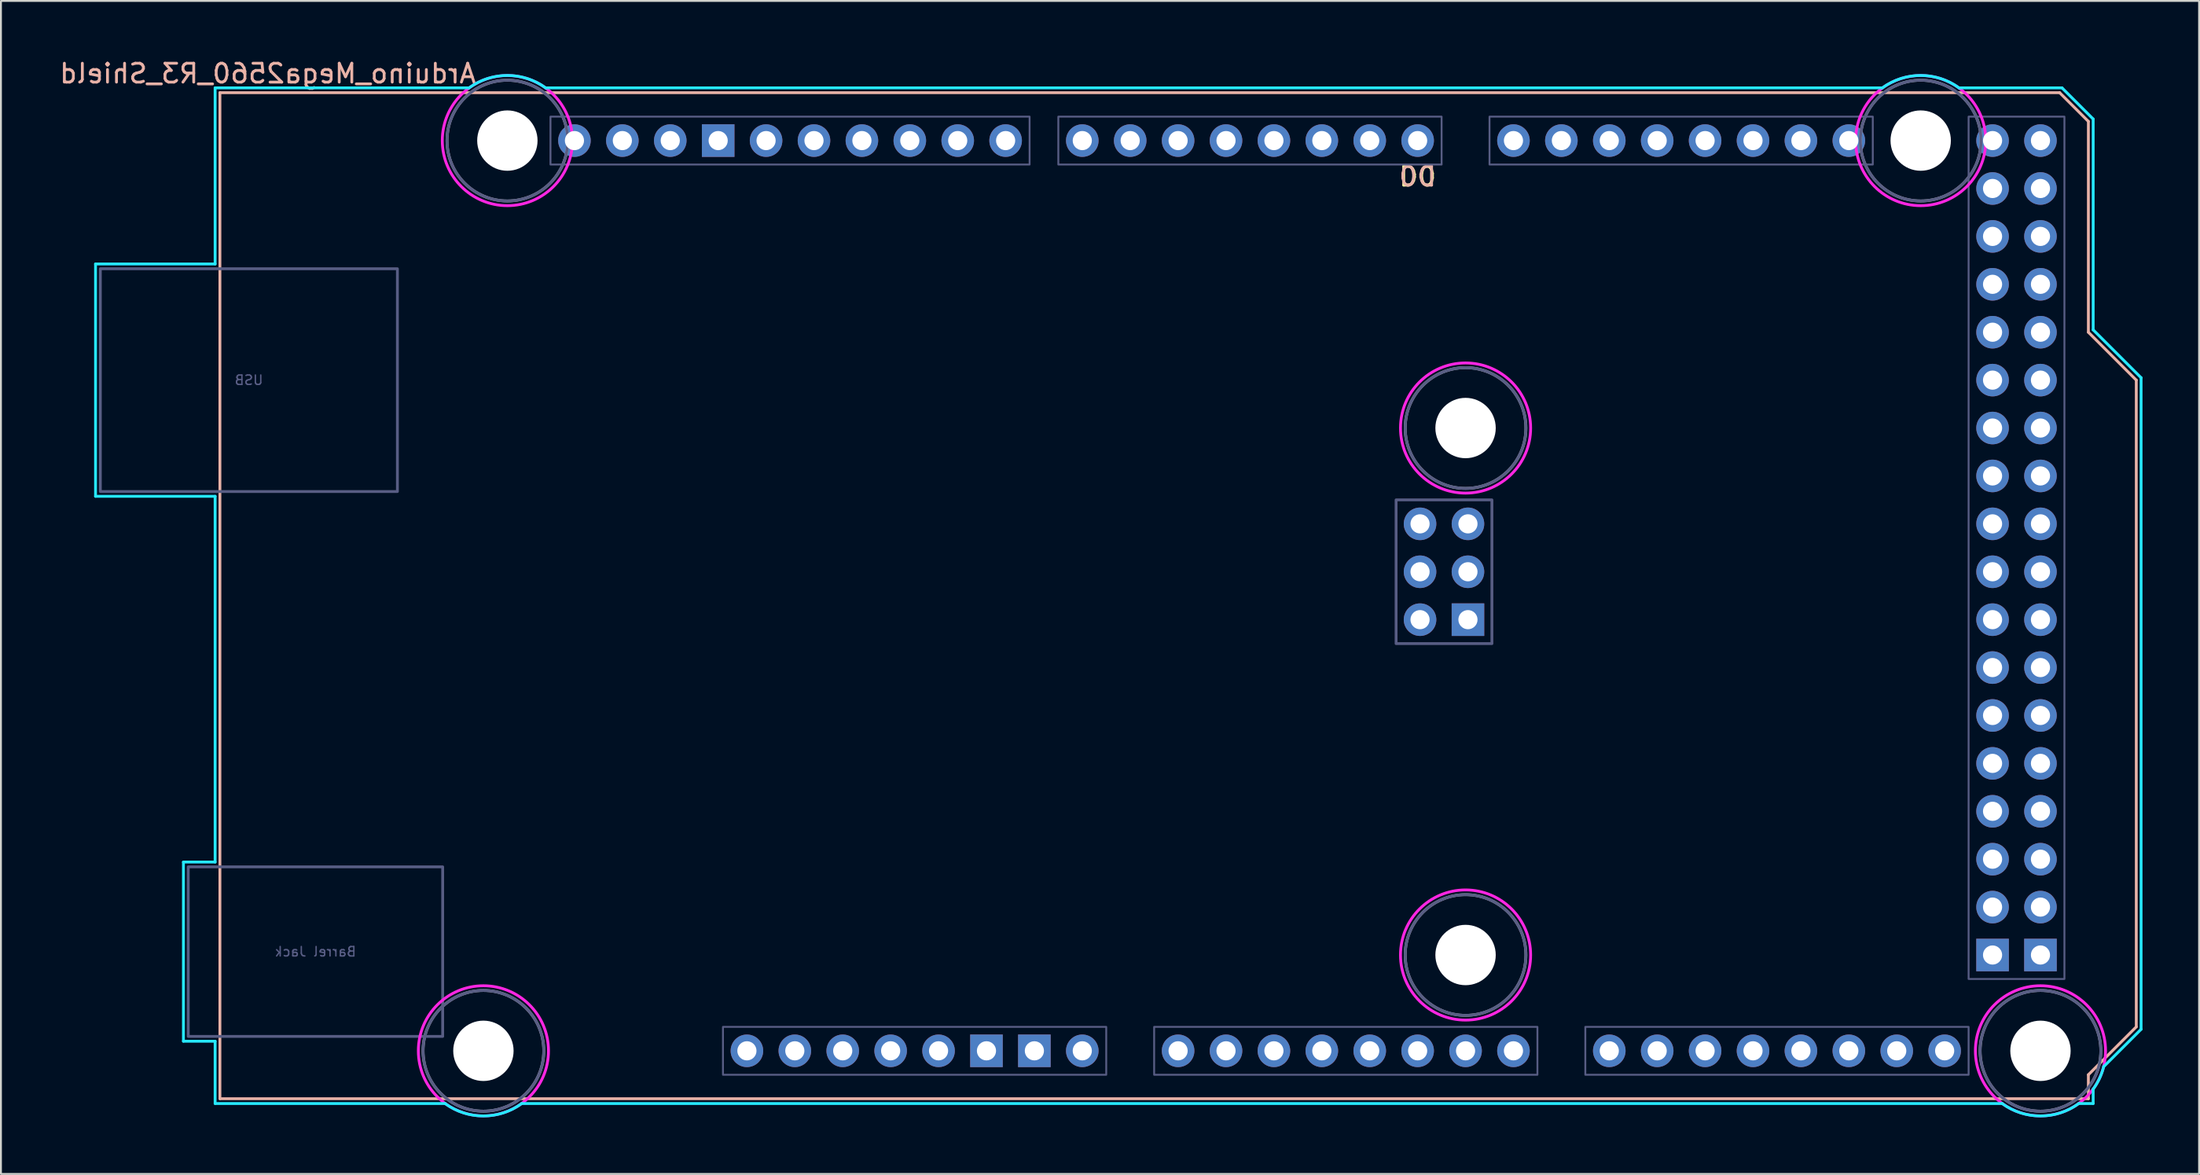
<source format=kicad_pcb>
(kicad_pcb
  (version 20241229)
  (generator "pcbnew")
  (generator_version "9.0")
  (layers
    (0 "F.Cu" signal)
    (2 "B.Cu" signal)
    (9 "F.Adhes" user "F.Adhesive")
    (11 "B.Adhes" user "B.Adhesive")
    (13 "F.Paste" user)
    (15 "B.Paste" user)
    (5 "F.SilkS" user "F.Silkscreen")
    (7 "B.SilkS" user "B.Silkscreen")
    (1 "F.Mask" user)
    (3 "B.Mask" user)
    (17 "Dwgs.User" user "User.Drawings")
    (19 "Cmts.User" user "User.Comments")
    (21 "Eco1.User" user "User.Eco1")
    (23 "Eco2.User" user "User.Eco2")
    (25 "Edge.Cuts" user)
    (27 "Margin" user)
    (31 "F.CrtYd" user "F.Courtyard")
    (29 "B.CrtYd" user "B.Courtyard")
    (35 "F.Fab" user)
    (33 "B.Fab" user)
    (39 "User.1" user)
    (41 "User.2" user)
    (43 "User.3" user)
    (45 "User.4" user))
  (footprint "Arduino_Mega2560_R3_Shield"
    (layer "F.Cu")
    (at 8.609 55.204)
    (property "Reference" "Arduino_Mega2560_R3_Shield" (at 2.54 -54.356 0) (layer "B.SilkS") (effects (font (size 1 1) (thickness 0.15)) (justify mirror)))
    (attr through_hole)
    (fp_line (start 0 -53.34) (end 0 0) (stroke (width 0.15) (type solid)) (layer "B.SilkS"))
    (fp_line (start 0 -53.34) (end 97.536 -53.34) (stroke (width 0.15) (type solid)) (layer "B.SilkS"))
    (fp_line (start 0 0) (end 99.06 0) (stroke (width 0.15) (type solid)) (layer "B.SilkS"))
    (fp_line (start 97.536 -53.34) (end 99.06 -51.816) (stroke (width 0.15) (type solid)) (layer "B.SilkS"))
    (fp_line (start 99.06 -40.64) (end 99.06 -51.816) (stroke (width 0.15) (type solid)) (layer "B.SilkS"))
    (fp_line (start 99.06 -1.27) (end 101.6 -3.81) (stroke (width 0.15) (type solid)) (layer "B.SilkS"))
    (fp_line (start 99.06 0) (end 99.06 -1.27) (stroke (width 0.15) (type solid)) (layer "B.SilkS"))
    (fp_line (start 101.6 -38.1) (end 99.06 -40.64) (stroke (width 0.15) (type solid)) (layer "B.SilkS"))
    (fp_line (start 101.6 -3.81) (end 101.6 -38.1) (stroke (width 0.15) (type solid)) (layer "B.SilkS"))
    (fp_line (start -6.594 -44.258) (end -0.254 -44.258) (stroke (width 0.15) (type solid)) (layer "B.CrtYd"))
    (fp_line (start -6.594 -31.94) (end -6.594 -44.258) (stroke (width 0.15) (type solid)) (layer "B.CrtYd"))
    (fp_line (start -1.934 -12.548) (end -1.934 -3.049) (stroke (width 0.15) (type solid)) (layer "B.CrtYd"))
    (fp_line (start -1.934 -12.548) (end -0.254 -12.548) (stroke (width 0.15) (type solid)) (layer "B.CrtYd"))
    (fp_line (start -1.934 -3.049) (end -0.254 -3.049) (stroke (width 0.15) (type solid)) (layer "B.CrtYd"))
    (fp_line (start -0.254 -53.594) (end -0.254 -44.258) (stroke (width 0.15) (type solid)) (layer "B.CrtYd"))
    (fp_line (start -0.254 -31.94) (end -6.594 -31.94) (stroke (width 0.15) (type solid)) (layer "B.CrtYd"))
    (fp_line (start -0.254 -31.94) (end -0.254 -12.548) (stroke (width 0.15) (type solid)) (layer "B.CrtYd"))
    (fp_line (start -0.254 -3.049) (end -0.254 0.254) (stroke (width 0.15) (type solid)) (layer "B.CrtYd"))
    (fp_line (start 11.938 0.254) (end -0.254 0.254) (stroke (width 0.15) (type solid)) (layer "B.CrtYd"))
    (fp_line (start 13.208 -53.594) (end -0.254 -53.594) (stroke (width 0.15) (type solid)) (layer "B.CrtYd"))
    (fp_line (start 16.002 0.254) (end 94.488 0.254) (stroke (width 0.15) (type solid)) (layer "B.CrtYd"))
    (fp_line (start 17.272 -53.594) (end 88.138 -53.594) (stroke (width 0.15) (type solid)) (layer "B.CrtYd"))
    (fp_line (start 97.663 -53.594) (end 92.202 -53.594) (stroke (width 0.15) (type solid)) (layer "B.CrtYd"))
    (fp_line (start 97.663 -53.594) (end 99.314 -51.943) (stroke (width 0.15) (type solid)) (layer "B.CrtYd"))
    (fp_line (start 99.314 -40.767) (end 99.314 -51.943) (stroke (width 0.15) (type solid)) (layer "B.CrtYd"))
    (fp_line (start 99.314 0.254) (end 98.552 0.254) (stroke (width 0.15) (type solid)) (layer "B.CrtYd"))
    (fp_line (start 99.314 0.254) (end 99.314 -0.508) (stroke (width 0.15) (type solid)) (layer "B.CrtYd"))
    (fp_line (start 99.873 -1.702) (end 101.854 -3.683) (stroke (width 0.15) (type solid)) (layer "B.CrtYd"))
    (fp_line (start 101.854 -38.227) (end 99.314 -40.767) (stroke (width 0.15) (type solid)) (layer "B.CrtYd"))
    (fp_line (start 101.854 -3.683) (end 101.854 -38.227) (stroke (width 0.15) (type solid)) (layer "B.CrtYd"))
    (fp_arc (start 13.208 -53.594) (mid 15.24 -54.254237) (end 17.272 -53.594) (stroke (width 0.15) (type solid)) (layer "B.CrtYd"))
    (fp_arc (start 16.002 0.254) (mid 13.97 0.914237) (end 11.938 0.254) (stroke (width 0.15) (type solid)) (layer "B.CrtYd"))
    (fp_arc (start 88.138 -53.594) (mid 90.17 -54.254237) (end 92.202 -53.594) (stroke (width 0.15) (type solid)) (layer "B.CrtYd"))
    (fp_arc (start 98.552 0.254) (mid 96.52 0.914237) (end 94.488 0.254) (stroke (width 0.15) (type solid)) (layer "B.CrtYd"))
    (fp_arc (start 99.8728 -1.7018) (mid 99.650925 -1.077973) (end 99.314 -0.508) (stroke (width 0.15) (type solid)) (layer "B.CrtYd"))
    (fp_circle (center 13.97 -2.54) (end 17.42 -2.54) (stroke (width 0.15) (type solid)) (fill no) (layer "F.CrtYd"))
    (fp_circle (center 15.24 -50.8) (end 18.69 -50.8) (stroke (width 0.15) (type solid)) (fill no) (layer "F.CrtYd"))
    (fp_circle (center 66.04 -35.56) (end 69.49 -35.56) (stroke (width 0.15) (type solid)) (fill no) (layer "F.CrtYd"))
    (fp_circle (center 66.04 -7.62) (end 69.49 -7.62) (stroke (width 0.15) (type solid)) (fill no) (layer "F.CrtYd"))
    (fp_circle (center 90.17 -50.8) (end 93.62 -50.8) (stroke (width 0.15) (type solid)) (fill no) (layer "F.CrtYd"))
    (fp_circle (center 96.52 -2.54) (end 99.97 -2.54) (stroke (width 0.15) (type solid)) (fill no) (layer "F.CrtYd"))
    (fp_rect (start -6.34 -44.004) (end 9.41 -32.194) (stroke (width 0.15) (type solid)) (fill no) (layer "B.Fab"))
    (fp_rect (start -1.68 -12.294) (end 11.81 -3.303) (stroke (width 0.15) (type solid)) (fill no) (layer "B.Fab"))
    (fp_rect (start 17.526 -52.07) (end 42.926 -49.53) (stroke (width 0.1) (type solid)) (fill no) (layer "B.Fab"))
    (fp_rect (start 26.67 -3.81) (end 46.99 -1.27) (stroke (width 0.1) (type solid)) (fill no) (layer "B.Fab"))
    (fp_rect (start 44.45 -52.07) (end 64.77 -49.53) (stroke (width 0.1) (type solid)) (fill no) (layer "B.Fab"))
    (fp_rect (start 49.53 -3.81) (end 69.85 -1.27) (stroke (width 0.1) (type solid)) (fill no) (layer "B.Fab"))
    (fp_rect (start 62.357 -31.75) (end 67.437 -24.13) (stroke (width 0.15) (type solid)) (fill no) (layer "B.Fab"))
    (fp_rect (start 67.31 -52.07) (end 87.63 -49.53) (stroke (width 0.1) (type solid)) (fill no) (layer "B.Fab"))
    (fp_rect (start 72.39 -3.81) (end 92.71 -1.27) (stroke (width 0.1) (type solid)) (fill no) (layer "B.Fab"))
    (fp_rect (start 92.71 -52.07) (end 97.79 -6.35) (stroke (width 0.1) (type solid)) (fill no) (layer "B.Fab"))
    (fp_circle (center 13.97 -2.54) (end 17.17 -2.54) (stroke (width 0.15) (type solid)) (fill no) (layer "B.Fab"))
    (fp_circle (center 15.24 -50.8) (end 18.44 -50.8) (stroke (width 0.15) (type solid)) (fill no) (layer "B.Fab"))
    (fp_circle (center 66.04 -35.56) (end 69.24 -35.56) (stroke (width 0.15) (type solid)) (fill no) (layer "B.Fab"))
    (fp_circle (center 66.04 -7.62) (end 69.24 -7.62) (stroke (width 0.15) (type solid)) (fill no) (layer "B.Fab"))
    (fp_circle (center 90.17 -50.8) (end 93.37 -50.8) (stroke (width 0.15) (type solid)) (fill no) (layer "B.Fab"))
    (fp_circle (center 96.52 -2.54) (end 99.72 -2.54) (stroke (width 0.15) (type solid)) (fill no) (layer "B.Fab"))
    (fp_circle (center 13.97 -2.54) (end 17.17 -2.54) (stroke (width 0.15) (type solid)) (fill no) (layer "F.Fab"))
    (fp_circle (center 15.24 -50.8) (end 18.44 -50.8) (stroke (width 0.15) (type solid)) (fill no) (layer "F.Fab"))
    (fp_circle (center 66.04 -35.56) (end 69.24 -35.56) (stroke (width 0.15) (type solid)) (fill no) (layer "F.Fab"))
    (fp_circle (center 66.04 -7.62) (end 69.24 -7.62) (stroke (width 0.15) (type solid)) (fill no) (layer "F.Fab"))
    (fp_circle (center 90.17 -50.8) (end 93.37 -50.8) (stroke (width 0.15) (type solid)) (fill no) (layer "F.Fab"))
    (fp_circle (center 96.52 -2.54) (end 99.72 -2.54) (stroke (width 0.15) (type solid)) (fill no) (layer "F.Fab"))
    (fp_text user "D0" (at 63.5 -48.895 0) (unlocked yes) (layer "F.SilkS") (effects (font (size 1 1) (thickness 0.15))))
    (fp_text user "D0" (at 63.5 -48.895 0) (unlocked yes) (layer "B.SilkS") (effects (font (size 1 1) (thickness 0.15)) (justify mirror)))
    (fp_text user "Barrel Jack" (at 5.065 -7.798 0) (layer "B.Fab") (effects (font (size 0.5 0.5) (thickness 0.075)) (justify mirror)))
    (fp_text user "USB" (at 1.535 -38.099 0) (layer "B.Fab") (effects (font (size 0.5 0.5) (thickness 0.075)) (justify mirror)))
    (pad "" np_thru_hole circle (at 13.97 -2.54) (size 3.2 3.2) (drill 3.2) (layers "*.Cu" "*.Mask"))
    (pad "" np_thru_hole circle (at 15.24 -50.8) (size 3.2 3.2) (drill 3.2) (layers "*.Cu" "*.Mask"))
    (pad "" thru_hole oval (at 27.94 -2.54) (size 1.727 1.727) (drill 1.016) (layers "*.Cu" "*.Mask"))
    (pad "" np_thru_hole circle (at 66.04 -35.56) (size 3.2 3.2) (drill 3.2) (layers "*.Cu" "*.Mask"))
    (pad "" np_thru_hole circle (at 66.04 -7.62) (size 3.2 3.2) (drill 3.2) (layers "*.Cu" "*.Mask"))
    (pad "" np_thru_hole circle (at 90.17 -50.8) (size 3.2 3.2) (drill 3.2) (layers "*.Cu" "*.Mask"))
    (pad "" np_thru_hole circle (at 96.52 -2.54) (size 3.2 3.2) (drill 3.2) (layers "*.Cu" "*.Mask"))
    (pad "3V3" thru_hole oval (at 35.56 -2.54) (size 1.727 1.727) (drill 1.016) (layers "*.Cu" "*.Mask"))
    (pad "5V1" thru_hole oval (at 38.1 -2.54) (size 1.727 1.727) (drill 1.016) (layers "*.Cu" "*.Mask"))
    (pad "5V2" thru_hole oval (at 66.167 -30.48) (size 1.727 1.727) (drill 1.016) (layers "*.Cu" "*.Mask"))
    (pad "5V3" thru_hole oval (at 93.98 -50.8) (size 1.727 1.727) (drill 1.016) (layers "*.Cu" "*.Mask"))
    (pad "5V4" thru_hole oval (at 96.52 -50.8) (size 1.727 1.727) (drill 1.016) (layers "*.Cu" "*.Mask"))
    (pad "A0" thru_hole oval (at 50.8 -2.54) (size 1.727 1.727) (drill 1.016) (layers "*.Cu" "*.Mask"))
    (pad "A1" thru_hole oval (at 53.34 -2.54) (size 1.727 1.727) (drill 1.016) (layers "*.Cu" "*.Mask"))
    (pad "A2" thru_hole oval (at 55.88 -2.54) (size 1.727 1.727) (drill 1.016) (layers "*.Cu" "*.Mask"))
    (pad "A3" thru_hole oval (at 58.42 -2.54) (size 1.727 1.727) (drill 1.016) (layers "*.Cu" "*.Mask"))
    (pad "A4" thru_hole oval (at 60.96 -2.54) (size 1.727 1.727) (drill 1.016) (layers "*.Cu" "*.Mask"))
    (pad "A5" thru_hole oval (at 63.5 -2.54) (size 1.727 1.727) (drill 1.016) (layers "*.Cu" "*.Mask"))
    (pad "A6" thru_hole oval (at 66.04 -2.54) (size 1.727 1.727) (drill 1.016) (layers "*.Cu" "*.Mask"))
    (pad "A7" thru_hole oval (at 68.58 -2.54) (size 1.727 1.727) (drill 1.016) (layers "*.Cu" "*.Mask"))
    (pad "A8" thru_hole oval (at 73.66 -2.54) (size 1.727 1.727) (drill 1.016) (layers "*.Cu" "*.Mask"))
    (pad "A9" thru_hole oval (at 76.2 -2.54) (size 1.727 1.727) (drill 1.016) (layers "*.Cu" "*.Mask"))
    (pad "A10" thru_hole oval (at 78.74 -2.54) (size 1.727 1.727) (drill 1.016) (layers "*.Cu" "*.Mask"))
    (pad "A11" thru_hole oval (at 81.28 -2.54) (size 1.727 1.727) (drill 1.016) (layers "*.Cu" "*.Mask"))
    (pad "A12" thru_hole oval (at 83.82 -2.54) (size 1.727 1.727) (drill 1.016) (layers "*.Cu" "*.Mask"))
    (pad "A13" thru_hole oval (at 86.36 -2.54) (size 1.727 1.727) (drill 1.016) (layers "*.Cu" "*.Mask"))
    (pad "A14" thru_hole oval (at 88.9 -2.54) (size 1.727 1.727) (drill 1.016) (layers "*.Cu" "*.Mask"))
    (pad "A15" thru_hole oval (at 91.44 -2.54) (size 1.727 1.727) (drill 1.016) (layers "*.Cu" "*.Mask"))
    (pad "AREF" thru_hole oval (at 23.876 -50.8) (size 1.727 1.727) (drill 1.016) (layers "*.Cu" "*.Mask"))
    (pad "D0" thru_hole oval (at 63.5 -50.8) (size 1.727 1.727) (drill 1.016) (layers "*.Cu" "*.Mask"))
    (pad "D1" thru_hole oval (at 60.96 -50.8) (size 1.727 1.727) (drill 1.016) (layers "*.Cu" "*.Mask"))
    (pad "D2" thru_hole oval (at 58.42 -50.8) (size 1.727 1.727) (drill 1.016) (layers "*.Cu" "*.Mask"))
    (pad "D3" thru_hole oval (at 55.88 -50.8) (size 1.727 1.727) (drill 1.016) (layers "*.Cu" "*.Mask"))
    (pad "D4" thru_hole oval (at 53.34 -50.8) (size 1.727 1.727) (drill 1.016) (layers "*.Cu" "*.Mask"))
    (pad "D5" thru_hole oval (at 50.8 -50.8) (size 1.727 1.727) (drill 1.016) (layers "*.Cu" "*.Mask"))
    (pad "D6" thru_hole oval (at 48.26 -50.8) (size 1.727 1.727) (drill 1.016) (layers "*.Cu" "*.Mask"))
    (pad "D7" thru_hole oval (at 45.72 -50.8) (size 1.727 1.727) (drill 1.016) (layers "*.Cu" "*.Mask"))
    (pad "D8" thru_hole oval (at 41.656 -50.8) (size 1.727 1.727) (drill 1.016) (layers "*.Cu" "*.Mask"))
    (pad "D9" thru_hole oval (at 39.116 -50.8) (size 1.727 1.727) (drill 1.016) (layers "*.Cu" "*.Mask"))
    (pad "D10" thru_hole oval (at 36.576 -50.8) (size 1.727 1.727) (drill 1.016) (layers "*.Cu" "*.Mask"))
    (pad "D11" thru_hole oval (at 34.036 -50.8) (size 1.727 1.727) (drill 1.016) (layers "*.Cu" "*.Mask"))
    (pad "D12" thru_hole oval (at 31.496 -50.8) (size 1.727 1.727) (drill 1.016) (layers "*.Cu" "*.Mask"))
    (pad "D13" thru_hole oval (at 28.956 -50.8) (size 1.727 1.727) (drill 1.016) (layers "*.Cu" "*.Mask"))
    (pad "D14" thru_hole oval (at 68.58 -50.8) (size 1.727 1.727) (drill 1.016) (layers "*.Cu" "*.Mask"))
    (pad "D15" thru_hole oval (at 71.12 -50.8) (size 1.727 1.727) (drill 1.016) (layers "*.Cu" "*.Mask"))
    (pad "D16" thru_hole oval (at 73.66 -50.8) (size 1.727 1.727) (drill 1.016) (layers "*.Cu" "*.Mask"))
    (pad "D17" thru_hole oval (at 76.2 -50.8) (size 1.727 1.727) (drill 1.016) (layers "*.Cu" "*.Mask"))
    (pad "D18" thru_hole oval (at 78.74 -50.8) (size 1.727 1.727) (drill 1.016) (layers "*.Cu" "*.Mask"))
    (pad "D19" thru_hole oval (at 81.28 -50.8) (size 1.727 1.727) (drill 1.016) (layers "*.Cu" "*.Mask"))
    (pad "D20" thru_hole oval (at 83.82 -50.8) (size 1.727 1.727) (drill 1.016) (layers "*.Cu" "*.Mask"))
    (pad "D21" thru_hole oval (at 86.36 -50.8) (size 1.727 1.727) (drill 1.016) (layers "*.Cu" "*.Mask"))
    (pad "D22" thru_hole oval (at 93.98 -48.26) (size 1.727 1.727) (drill 1.016) (layers "*.Cu" "*.Mask"))
    (pad "D23" thru_hole oval (at 96.52 -48.26) (size 1.727 1.727) (drill 1.016) (layers "*.Cu" "*.Mask"))
    (pad "D24" thru_hole oval (at 93.98 -45.72) (size 1.727 1.727) (drill 1.016) (layers "*.Cu" "*.Mask"))
    (pad "D25" thru_hole oval (at 96.52 -45.72) (size 1.727 1.727) (drill 1.016) (layers "*.Cu" "*.Mask"))
    (pad "D26" thru_hole oval (at 93.98 -43.18) (size 1.727 1.727) (drill 1.016) (layers "*.Cu" "*.Mask"))
    (pad "D27" thru_hole oval (at 96.52 -43.18) (size 1.727 1.727) (drill 1.016) (layers "*.Cu" "*.Mask"))
    (pad "D28" thru_hole oval (at 93.98 -40.64) (size 1.727 1.727) (drill 1.016) (layers "*.Cu" "*.Mask"))
    (pad "D29" thru_hole oval (at 96.52 -40.64) (size 1.727 1.727) (drill 1.016) (layers "*.Cu" "*.Mask"))
    (pad "D30" thru_hole oval (at 93.98 -38.1) (size 1.727 1.727) (drill 1.016) (layers "*.Cu" "*.Mask"))
    (pad "D31" thru_hole oval (at 96.52 -38.1) (size 1.727 1.727) (drill 1.016) (layers "*.Cu" "*.Mask"))
    (pad "D32" thru_hole oval (at 93.98 -35.56) (size 1.727 1.727) (drill 1.016) (layers "*.Cu" "*.Mask"))
    (pad "D33" thru_hole oval (at 96.52 -35.56) (size 1.727 1.727) (drill 1.016) (layers "*.Cu" "*.Mask"))
    (pad "D34" thru_hole oval (at 93.98 -33.02) (size 1.727 1.727) (drill 1.016) (layers "*.Cu" "*.Mask"))
    (pad "D35" thru_hole oval (at 96.52 -33.02) (size 1.727 1.727) (drill 1.016) (layers "*.Cu" "*.Mask"))
    (pad "D36" thru_hole oval (at 93.98 -30.48) (size 1.727 1.727) (drill 1.016) (layers "*.Cu" "*.Mask"))
    (pad "D37" thru_hole oval (at 96.52 -30.48) (size 1.727 1.727) (drill 1.016) (layers "*.Cu" "*.Mask"))
    (pad "D38" thru_hole oval (at 93.98 -27.94) (size 1.727 1.727) (drill 1.016) (layers "*.Cu" "*.Mask"))
    (pad "D39" thru_hole oval (at 96.52 -27.94) (size 1.727 1.727) (drill 1.016) (layers "*.Cu" "*.Mask"))
    (pad "D40" thru_hole oval (at 93.98 -25.4) (size 1.727 1.727) (drill 1.016) (layers "*.Cu" "*.Mask"))
    (pad "D41" thru_hole oval (at 96.52 -25.4) (size 1.727 1.727) (drill 1.016) (layers "*.Cu" "*.Mask"))
    (pad "D42" thru_hole oval (at 93.98 -22.86) (size 1.727 1.727) (drill 1.016) (layers "*.Cu" "*.Mask"))
    (pad "D43" thru_hole oval (at 96.52 -22.86) (size 1.727 1.727) (drill 1.016) (layers "*.Cu" "*.Mask"))
    (pad "D44" thru_hole oval (at 93.98 -20.32) (size 1.727 1.727) (drill 1.016) (layers "*.Cu" "*.Mask"))
    (pad "D45" thru_hole oval (at 96.52 -20.32) (size 1.727 1.727) (drill 1.016) (layers "*.Cu" "*.Mask"))
    (pad "D46" thru_hole oval (at 93.98 -17.78) (size 1.727 1.727) (drill 1.016) (layers "*.Cu" "*.Mask"))
    (pad "D47" thru_hole oval (at 96.52 -17.78) (size 1.727 1.727) (drill 1.016) (layers "*.Cu" "*.Mask"))
    (pad "D48" thru_hole oval (at 93.98 -15.24) (size 1.727 1.727) (drill 1.016) (layers "*.Cu" "*.Mask"))
    (pad "D49" thru_hole oval (at 96.52 -15.24) (size 1.727 1.727) (drill 1.016) (layers "*.Cu" "*.Mask"))
    (pad "D50" thru_hole oval (at 93.98 -12.7) (size 1.727 1.727) (drill 1.016) (layers "*.Cu" "*.Mask"))
    (pad "D51" thru_hole oval (at 96.52 -12.7) (size 1.727 1.727) (drill 1.016) (layers "*.Cu" "*.Mask"))
    (pad "D52" thru_hole oval (at 93.98 -10.16) (size 1.727 1.727) (drill 1.016) (layers "*.Cu" "*.Mask"))
    (pad "D53" thru_hole oval (at 96.52 -10.16) (size 1.727 1.727) (drill 1.016) (layers "*.Cu" "*.Mask"))
    (pad "GND1" thru_hole rect (at 26.416 -50.8) (size 1.727 1.727) (drill 1.016) (layers "*.Cu" "*.Mask"))
    (pad "GND2" thru_hole rect (at 40.64 -2.54) (size 1.727 1.727) (drill 1.016) (layers "*.Cu" "*.Mask"))
    (pad "GND3" thru_hole rect (at 43.18 -2.54) (size 1.727 1.727) (drill 1.016) (layers "*.Cu" "*.Mask"))
    (pad "GND4" thru_hole rect (at 66.167 -25.4) (size 1.727 1.727) (drill 1.016) (layers "*.Cu" "*.Mask"))
    (pad "GND5" thru_hole rect (at 93.98 -7.62) (size 1.727 1.727) (drill 1.016) (layers "*.Cu" "*.Mask"))
    (pad "GND6" thru_hole rect (at 96.52 -7.62) (size 1.727 1.727) (drill 1.016) (layers "*.Cu" "*.Mask"))
    (pad "IORF" thru_hole oval (at 30.48 -2.54) (size 1.727 1.727) (drill 1.016) (layers "*.Cu" "*.Mask"))
    (pad "MISO" thru_hole oval (at 63.627 -30.48) (size 1.727 1.727) (drill 1.016) (layers "*.Cu" "*.Mask"))
    (pad "MOSI" thru_hole oval (at 66.167 -27.94) (size 1.727 1.727) (drill 1.016) (layers "*.Cu" "*.Mask"))
    (pad "RST1" thru_hole oval (at 33.02 -2.54) (size 1.727 1.727) (drill 1.016) (layers "*.Cu" "*.Mask"))
    (pad "RST2" thru_hole oval (at 63.627 -25.4) (size 1.727 1.727) (drill 1.016) (layers "*.Cu" "*.Mask"))
    (pad "SCK" thru_hole oval (at 63.627 -27.94) (size 1.727 1.727) (drill 1.016) (layers "*.Cu" "*.Mask"))
    (pad "SCL" thru_hole oval (at 18.796 -50.8) (size 1.727 1.727) (drill 1.016) (layers "*.Cu" "*.Mask"))
    (pad "SDA" thru_hole oval (at 21.336 -50.8) (size 1.727 1.727) (drill 1.016) (layers "*.Cu" "*.Mask"))
    (pad "VIN" thru_hole oval (at 45.72 -2.54) (size 1.727 1.727) (drill 1.016) (layers "*.Cu" "*.Mask")))
  (gr_rect
    (start -3 -3)
    (end 113.538 59.193)
    (stroke (width 0.1) (type default))
    (fill no)
    (layer "Edge.Cuts")))
</source>
